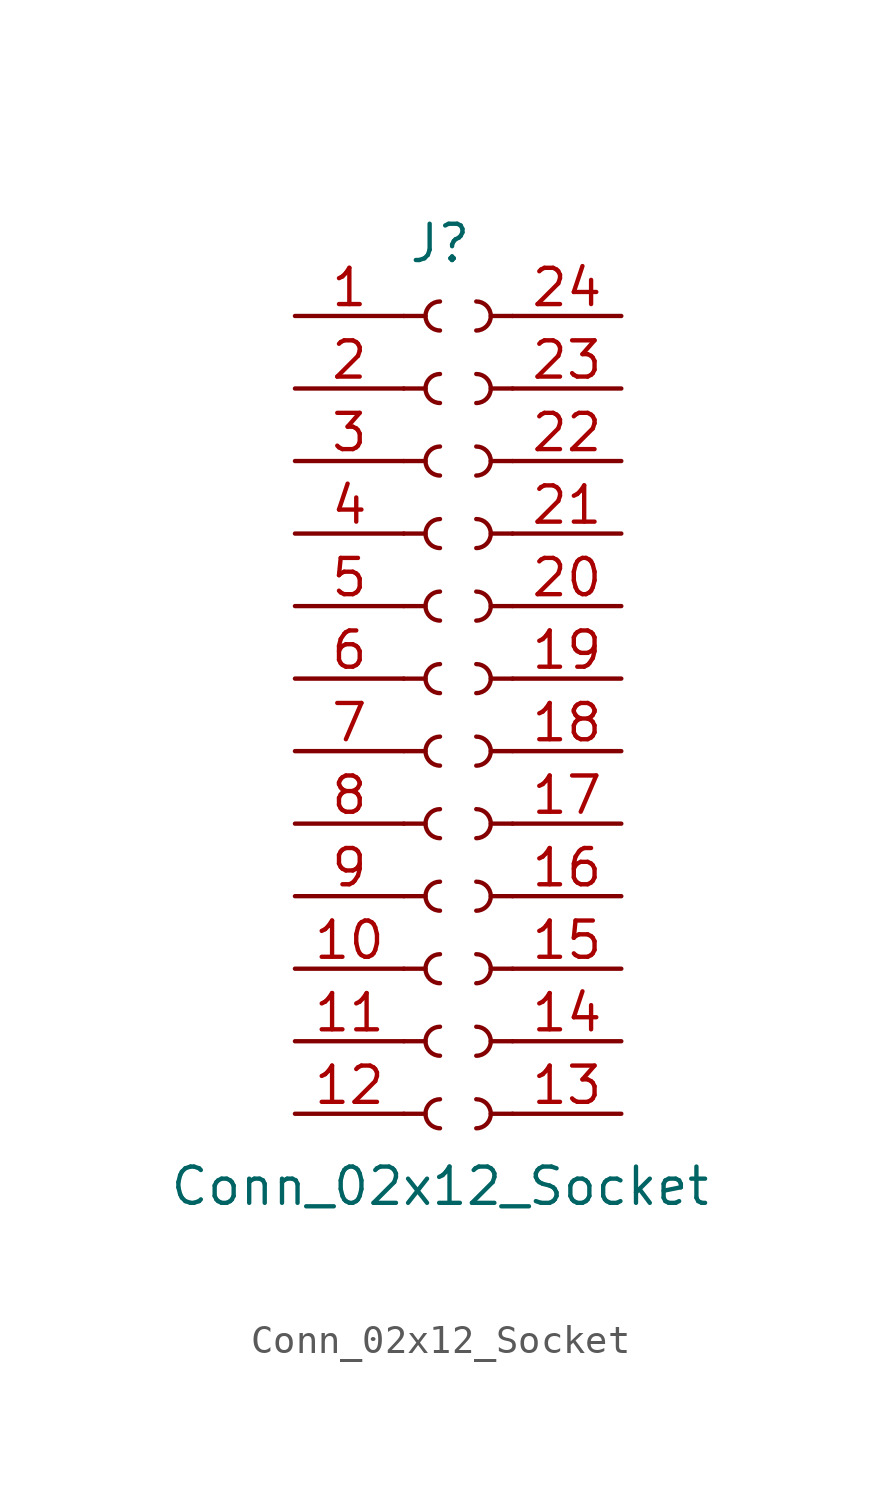
<source format=kicad_sym>
(kicad_symbol_lib
  (version 20241209)
  (generator "kicad_symbol_editor")
  (generator_version "9.0")
  (symbol "Conn_02x12_Socket"
    (pin_names
      (offset 1.016)
      (hide yes))
    (property "Reference" "J"
      (at 0 15.24 0)
      (effects (font (size 1.27 1.27))))
    (property "Value" "Conn_02x12_Socket"
      (at 0 -17.78 0)
      (effects (font (size 1.27 1.27))))
    (property "ki_locked" ""
      (at 0 0 0)
      (effects (font (size 1.27 1.27))))
    (symbol "Conn_02x12_Socket_1_1"
      (polyline (pts (xy -1.27 12.7) (xy -0.508 12.7)) (stroke (width 0.152) (type default)) (fill (type none)))
      (polyline (pts (xy -1.27 10.16) (xy -0.508 10.16)) (stroke (width 0.152) (type default)) (fill (type none)))
      (polyline (pts (xy -1.27 7.62) (xy -0.508 7.62)) (stroke (width 0.152) (type default)) (fill (type none)))
      (polyline (pts (xy -1.27 5.08) (xy -0.508 5.08)) (stroke (width 0.152) (type default)) (fill (type none)))
      (polyline (pts (xy -1.27 2.54) (xy -0.508 2.54)) (stroke (width 0.152) (type default)) (fill (type none)))
      (polyline (pts (xy -1.27 0) (xy -0.508 0)) (stroke (width 0.152) (type default)) (fill (type none)))
      (polyline (pts (xy -1.27 -2.54) (xy -0.508 -2.54)) (stroke (width 0.152) (type default)) (fill (type none)))
      (polyline (pts (xy -1.27 -5.08) (xy -0.508 -5.08)) (stroke (width 0.152) (type default)) (fill (type none)))
      (polyline (pts (xy -1.27 -7.62) (xy -0.508 -7.62)) (stroke (width 0.152) (type default)) (fill (type none)))
      (polyline (pts (xy -1.27 -10.16) (xy -0.508 -10.16)) (stroke (width 0.152) (type default)) (fill (type none)))
      (polyline (pts (xy -1.27 -12.7) (xy -0.508 -12.7)) (stroke (width 0.152) (type default)) (fill (type none)))
      (polyline (pts (xy -1.27 -15.24) (xy -0.508 -15.24)) (stroke (width 0.152) (type default)) (fill (type none)))
      (arc (start 0 12.192) (mid -0.5058 12.7) (end 0 13.208) (stroke (width 0.1524) (type default)) (fill (type none)))
      (arc (start 0 9.652) (mid -0.5058 10.16) (end 0 10.668) (stroke (width 0.1524) (type default)) (fill (type none)))
      (arc (start 0 7.112) (mid -0.5058 7.62) (end 0 8.128) (stroke (width 0.1524) (type default)) (fill (type none)))
      (arc (start 0 4.572) (mid -0.5058 5.08) (end 0 5.588) (stroke (width 0.1524) (type default)) (fill (type none)))
      (arc (start 0 2.032) (mid -0.5058 2.54) (end 0 3.048) (stroke (width 0.1524) (type default)) (fill (type none)))
      (arc (start 0 -0.508) (mid -0.5058 0) (end 0 0.508) (stroke (width 0.1524) (type default)) (fill (type none)))
      (arc (start 0 -3.048) (mid -0.5058 -2.54) (end 0 -2.032) (stroke (width 0.1524) (type default)) (fill (type none)))
      (arc (start 0 -5.588) (mid -0.5058 -5.08) (end 0 -4.572) (stroke (width 0.1524) (type default)) (fill (type none)))
      (arc (start 0 -8.128) (mid -0.5058 -7.62) (end 0 -7.112) (stroke (width 0.1524) (type default)) (fill (type none)))
      (arc (start 0 -10.668) (mid -0.5058 -10.16) (end 0 -9.652) (stroke (width 0.1524) (type default)) (fill (type none)))
      (arc (start 0 -13.208) (mid -0.5058 -12.7) (end 0 -12.192) (stroke (width 0.1524) (type default)) (fill (type none)))
      (arc (start 0 -15.748) (mid -0.5058 -15.24) (end 0 -14.732) (stroke (width 0.1524) (type default)) (fill (type none)))
      (arc (start 1.27 13.208) (mid 1.7758 12.7) (end 1.27 12.192) (stroke (width 0.1524) (type default)) (fill (type none)))
      (arc (start 1.27 10.668) (mid 1.7758 10.16) (end 1.27 9.652) (stroke (width 0.1524) (type default)) (fill (type none)))
      (arc (start 1.27 8.128) (mid 1.7758 7.62) (end 1.27 7.112) (stroke (width 0.1524) (type default)) (fill (type none)))
      (arc (start 1.27 5.588) (mid 1.7758 5.08) (end 1.27 4.572) (stroke (width 0.1524) (type default)) (fill (type none)))
      (arc (start 1.27 3.048) (mid 1.7758 2.54) (end 1.27 2.032) (stroke (width 0.1524) (type default)) (fill (type none)))
      (arc (start 1.27 0.508) (mid 1.7758 0) (end 1.27 -0.508) (stroke (width 0.1524) (type default)) (fill (type none)))
      (arc (start 1.27 -2.032) (mid 1.7758 -2.54) (end 1.27 -3.048) (stroke (width 0.1524) (type default)) (fill (type none)))
      (arc (start 1.27 -4.572) (mid 1.7758 -5.08) (end 1.27 -5.588) (stroke (width 0.1524) (type default)) (fill (type none)))
      (arc (start 1.27 -7.112) (mid 1.7758 -7.62) (end 1.27 -8.128) (stroke (width 0.1524) (type default)) (fill (type none)))
      (arc (start 1.27 -9.652) (mid 1.7758 -10.16) (end 1.27 -10.668) (stroke (width 0.1524) (type default)) (fill (type none)))
      (arc (start 1.27 -12.192) (mid 1.7758 -12.7) (end 1.27 -13.208) (stroke (width 0.1524) (type default)) (fill (type none)))
      (arc (start 1.27 -14.732) (mid 1.7758 -15.24) (end 1.27 -15.748) (stroke (width 0.1524) (type default)) (fill (type none)))
      (polyline (pts (xy 2.54 12.7) (xy 1.778 12.7)) (stroke (width 0.152) (type default)) (fill (type none)))
      (polyline (pts (xy 2.54 10.16) (xy 1.778 10.16)) (stroke (width 0.152) (type default)) (fill (type none)))
      (polyline (pts (xy 2.54 7.62) (xy 1.778 7.62)) (stroke (width 0.152) (type default)) (fill (type none)))
      (polyline (pts (xy 2.54 5.08) (xy 1.778 5.08)) (stroke (width 0.152) (type default)) (fill (type none)))
      (polyline (pts (xy 2.54 2.54) (xy 1.778 2.54)) (stroke (width 0.152) (type default)) (fill (type none)))
      (polyline (pts (xy 2.54 0) (xy 1.778 0)) (stroke (width 0.152) (type default)) (fill (type none)))
      (polyline (pts (xy 2.54 -2.54) (xy 1.778 -2.54)) (stroke (width 0.152) (type default)) (fill (type none)))
      (polyline (pts (xy 2.54 -5.08) (xy 1.778 -5.08)) (stroke (width 0.152) (type default)) (fill (type none)))
      (polyline (pts (xy 2.54 -7.62) (xy 1.778 -7.62)) (stroke (width 0.152) (type default)) (fill (type none)))
      (polyline (pts (xy 2.54 -10.16) (xy 1.778 -10.16)) (stroke (width 0.152) (type default)) (fill (type none)))
      (polyline (pts (xy 2.54 -12.7) (xy 1.778 -12.7)) (stroke (width 0.152) (type default)) (fill (type none)))
      (polyline (pts (xy 2.54 -15.24) (xy 1.778 -15.24)) (stroke (width 0.152) (type default)) (fill (type none)))
      (pin passive line (at -5.08 12.7 0) (length 3.81) (name "Pin_1" (effects (font (size 1.27 1.27)))) (number "1" (effects (font (size 1.27 1.27)))))
      (pin passive line (at -5.08 10.16 0) (length 3.81) (name "Pin_2" (effects (font (size 1.27 1.27)))) (number "2" (effects (font (size 1.27 1.27)))))
      (pin passive line (at -5.08 7.62 0) (length 3.81) (name "Pin_3" (effects (font (size 1.27 1.27)))) (number "3" (effects (font (size 1.27 1.27)))))
      (pin passive line (at -5.08 5.08 0) (length 3.81) (name "Pin_4" (effects (font (size 1.27 1.27)))) (number "4" (effects (font (size 1.27 1.27)))))
      (pin passive line (at -5.08 2.54 0) (length 3.81) (name "Pin_5" (effects (font (size 1.27 1.27)))) (number "5" (effects (font (size 1.27 1.27)))))
      (pin passive line (at -5.08 0 0) (length 3.81) (name "Pin_6" (effects (font (size 1.27 1.27)))) (number "6" (effects (font (size 1.27 1.27)))))
      (pin passive line (at -5.08 -2.54 0) (length 3.81) (name "Pin_7" (effects (font (size 1.27 1.27)))) (number "7" (effects (font (size 1.27 1.27)))))
      (pin passive line (at -5.08 -5.08 0) (length 3.81) (name "Pin_8" (effects (font (size 1.27 1.27)))) (number "8" (effects (font (size 1.27 1.27)))))
      (pin passive line (at -5.08 -7.62 0) (length 3.81) (name "Pin_9" (effects (font (size 1.27 1.27)))) (number "9" (effects (font (size 1.27 1.27)))))
      (pin passive line (at -5.08 -10.16 0) (length 3.81) (name "Pin_10" (effects (font (size 1.27 1.27)))) (number "10" (effects (font (size 1.27 1.27)))))
      (pin passive line (at -5.08 -12.7 0) (length 3.81) (name "Pin_11" (effects (font (size 1.27 1.27)))) (number "11" (effects (font (size 1.27 1.27)))))
      (pin passive line (at -5.08 -15.24 0) (length 3.81) (name "Pin_12" (effects (font (size 1.27 1.27)))) (number "12" (effects (font (size 1.27 1.27)))))
      (pin passive line (at 6.35 12.7 180) (length 3.81) (name "Pin_24" (effects (font (size 1.27 1.27)))) (number "24" (effects (font (size 1.27 1.27)))))
      (pin passive line (at 6.35 10.16 180) (length 3.81) (name "Pin_23" (effects (font (size 1.27 1.27)))) (number "23" (effects (font (size 1.27 1.27)))))
      (pin passive line (at 6.35 7.62 180) (length 3.81) (name "Pin_22" (effects (font (size 1.27 1.27)))) (number "22" (effects (font (size 1.27 1.27)))))
      (pin passive line (at 6.35 5.08 180) (length 3.81) (name "Pin_21" (effects (font (size 1.27 1.27)))) (number "21" (effects (font (size 1.27 1.27)))))
      (pin passive line (at 6.35 2.54 180) (length 3.81) (name "Pin_20" (effects (font (size 1.27 1.27)))) (number "20" (effects (font (size 1.27 1.27)))))
      (pin passive line (at 6.35 0 180) (length 3.81) (name "Pin_19" (effects (font (size 1.27 1.27)))) (number "19" (effects (font (size 1.27 1.27)))))
      (pin passive line (at 6.35 -2.54 180) (length 3.81) (name "Pin_18" (effects (font (size 1.27 1.27)))) (number "18" (effects (font (size 1.27 1.27)))))
      (pin passive line (at 6.35 -5.08 180) (length 3.81) (name "Pin_17" (effects (font (size 1.27 1.27)))) (number "17" (effects (font (size 1.27 1.27)))))
      (pin passive line (at 6.35 -7.62 180) (length 3.81) (name "Pin_16" (effects (font (size 1.27 1.27)))) (number "16" (effects (font (size 1.27 1.27)))))
      (pin passive line (at 6.35 -10.16 180) (length 3.81) (name "Pin_15" (effects (font (size 1.27 1.27)))) (number "15" (effects (font (size 1.27 1.27)))))
      (pin passive line (at 6.35 -12.7 180) (length 3.81) (name "Pin_14" (effects (font (size 1.27 1.27)))) (number "14" (effects (font (size 1.27 1.27)))))
      (pin passive line (at 6.35 -15.24 180) (length 3.81) (name "Pin_13" (effects (font (size 1.27 1.27)))) (number "13" (effects (font (size 1.27 1.27))))))))
</source>
